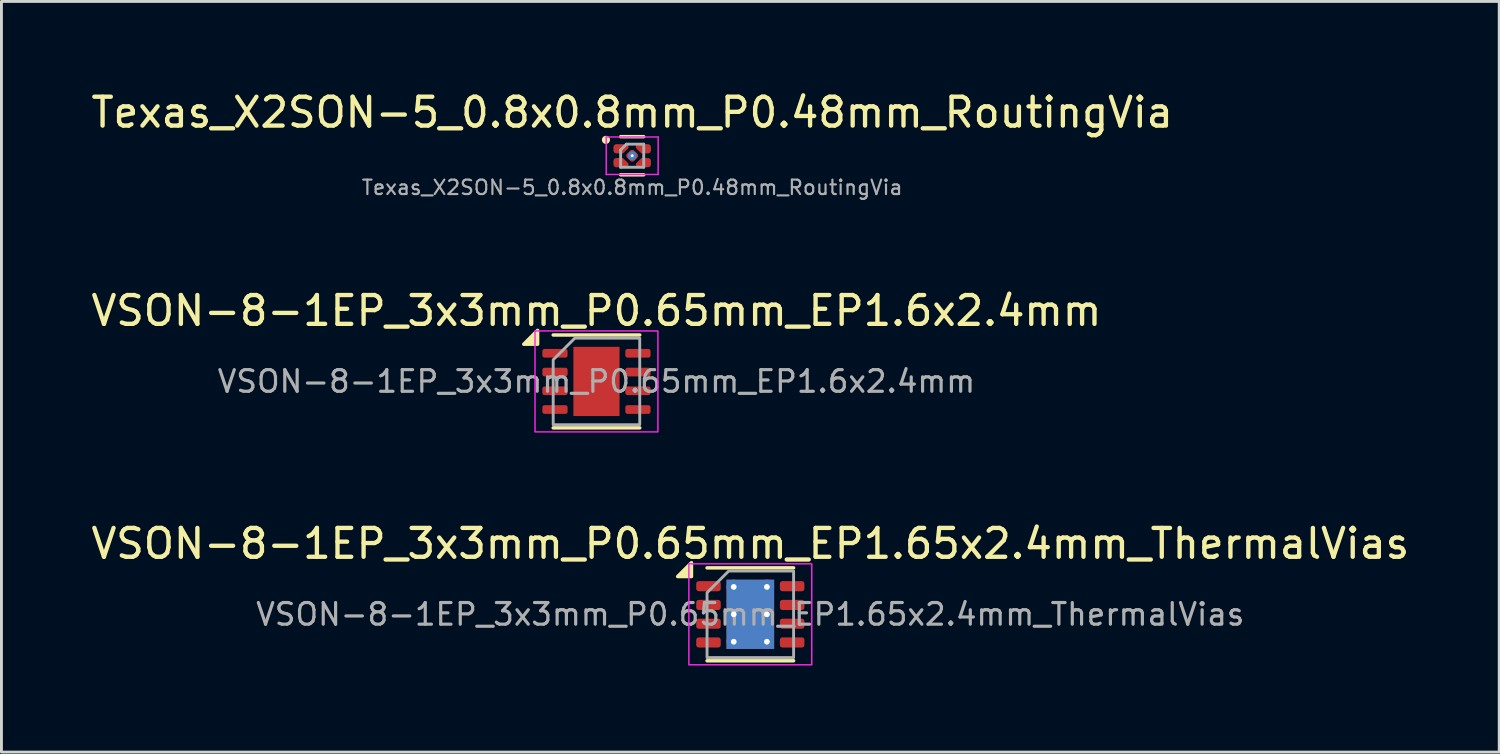
<source format=kicad_pcb>
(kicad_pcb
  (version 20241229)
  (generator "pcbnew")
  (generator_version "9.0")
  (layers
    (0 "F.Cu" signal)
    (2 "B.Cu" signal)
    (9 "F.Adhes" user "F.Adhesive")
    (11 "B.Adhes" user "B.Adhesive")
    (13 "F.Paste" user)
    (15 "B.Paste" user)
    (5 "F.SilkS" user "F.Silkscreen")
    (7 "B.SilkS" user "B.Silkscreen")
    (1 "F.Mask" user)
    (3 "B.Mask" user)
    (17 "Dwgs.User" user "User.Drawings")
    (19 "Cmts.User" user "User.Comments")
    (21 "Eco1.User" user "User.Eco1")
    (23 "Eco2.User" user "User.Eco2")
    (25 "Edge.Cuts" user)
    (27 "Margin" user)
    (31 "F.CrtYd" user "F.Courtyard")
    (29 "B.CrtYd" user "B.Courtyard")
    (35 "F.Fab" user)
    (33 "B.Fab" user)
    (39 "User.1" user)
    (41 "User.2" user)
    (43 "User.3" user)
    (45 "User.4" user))
  (footprint "VSON-8-1EP_3x3mm_P0.65mm_EP1.65x2.4mm_ThermalVias"
    (layer "F.Cu")
    (at 22.958 18.244)
    (property "Reference" "VSON-8-1EP_3x3mm_P0.65mm_EP1.65x2.4mm_ThermalVias" (at 0 -2.45 0) (layer "F.SilkS") (effects (font (size 1 1) (thickness 0.15))))
    (attr smd)
    (fp_line (start -1.5 -1.61) (end 1.5 -1.61) (stroke (width 0.12) (type solid)) (layer "F.SilkS"))
    (fp_line (start -1.5 1.61) (end 1.5 1.61) (stroke (width 0.12) (type solid)) (layer "F.SilkS"))
    (fp_poly (pts (xy -2.04 -1.31) (xy -2.52 -1.31) (xy -2.04 -1.79)) (stroke (width 0.12) (type solid)) (fill yes) (layer "F.SilkS"))
    (fp_rect (start -2.13 -1.75) (end 2.13 1.75) (stroke (width 0.05) (type solid)) (fill no) (layer "F.CrtYd"))
    (fp_poly (pts (xy -1.5 -0.75) (xy -1.5 1.5) (xy 1.5 1.5) (xy 1.5 -1.5) (xy -0.75 -1.5)) (stroke (width 0.1) (type solid)) (fill no) (layer "F.Fab"))
    (fp_text user "${REFERENCE}" (at 0 0 0) (layer "F.Fab") (effects (font (size 0.75 0.75) (thickness 0.11))))
    (pad "1" smd roundrect (at -1.45 -0.975) (size 0.85 0.35) (layers "F.Cu" "F.Mask" "F.Paste") (roundrect_rratio 0.25))
    (pad "2" smd roundrect (at -1.45 -0.325) (size 0.85 0.35) (layers "F.Cu" "F.Mask" "F.Paste") (roundrect_rratio 0.25))
    (pad "3" smd roundrect (at -1.45 0.325) (size 0.85 0.35) (layers "F.Cu" "F.Mask" "F.Paste") (roundrect_rratio 0.25))
    (pad "4" smd roundrect (at -1.45 0.975) (size 0.85 0.35) (layers "F.Cu" "F.Mask" "F.Paste") (roundrect_rratio 0.25))
    (pad "5" smd roundrect (at 1.45 0.975) (size 0.85 0.35) (layers "F.Cu" "F.Mask" "F.Paste") (roundrect_rratio 0.25))
    (pad "6" smd roundrect (at 1.45 0.325) (size 0.85 0.35) (layers "F.Cu" "F.Mask" "F.Paste") (roundrect_rratio 0.25))
    (pad "7" smd roundrect (at 1.45 -0.325) (size 0.85 0.35) (layers "F.Cu" "F.Mask" "F.Paste") (roundrect_rratio 0.25))
    (pad "8" smd roundrect (at 1.45 -0.975) (size 0.85 0.35) (layers "F.Cu" "F.Mask" "F.Paste") (roundrect_rratio 0.25))
    (pad "9" thru_hole circle (at -0.575 -0.95) (size 0.5 0.5) (drill 0.2) (property pad_prop_heatsink) (layers "*.Cu"))
    (pad "9" thru_hole circle (at -0.575 0) (size 0.5 0.5) (drill 0.2) (property pad_prop_heatsink) (layers "*.Cu"))
    (pad "9" thru_hole circle (at -0.575 0.95) (size 0.5 0.5) (drill 0.2) (property pad_prop_heatsink) (layers "*.Cu"))
    (pad "9" smd rect (at 0 0) (size 1.65 2.4) (property pad_prop_heatsink) (layers "F.Cu" "F.Mask"))
    (pad "9" smd rect (at 0 0) (size 1.65 2.4) (property pad_prop_heatsink) (layers "B.Cu"))
    (pad "9" thru_hole circle (at 0.575 -0.95) (size 0.5 0.5) (drill 0.2) (property pad_prop_heatsink) (layers "*.Cu"))
    (pad "9" thru_hole circle (at 0.575 0) (size 0.5 0.5) (drill 0.2) (property pad_prop_heatsink) (layers "*.Cu"))
    (pad "9" thru_hole circle (at 0.575 0.95) (size 0.5 0.5) (drill 0.2) (property pad_prop_heatsink) (layers "*.Cu")))
  (footprint "VSON-8-1EP_3x3mm_P0.65mm_EP1.6x2.4mm"
    (layer "F.Cu")
    (at 17.625 10.171)
    (property "Reference" "VSON-8-1EP_3x3mm_P0.65mm_EP1.6x2.4mm" (at 0 -2.45 0) (layer "F.SilkS") (effects (font (size 1 1) (thickness 0.15))))
    (attr smd)
    (fp_line (start -1.5 -1.61) (end 1.5 -1.61) (stroke (width 0.12) (type solid)) (layer "F.SilkS"))
    (fp_line (start -1.5 1.61) (end 1.5 1.61) (stroke (width 0.12) (type solid)) (layer "F.SilkS"))
    (fp_poly (pts (xy -2.04 -1.29) (xy -2.52 -1.29) (xy -2.04 -1.77)) (stroke (width 0.12) (type solid)) (fill yes) (layer "F.SilkS"))
    (fp_rect (start -2.13 -1.75) (end 2.13 1.75) (stroke (width 0.05) (type solid)) (fill no) (layer "F.CrtYd"))
    (fp_poly (pts (xy -1.5 -0.75) (xy -1.5 1.5) (xy 1.5 1.5) (xy 1.5 -1.5) (xy -0.75 -1.5)) (stroke (width 0.1) (type solid)) (fill no) (layer "F.Fab"))
    (fp_text user "${REFERENCE}" (at 0 0 0) (layer "F.Fab") (effects (font (size 0.75 0.75) (thickness 0.11))))
    (pad "" smd roundrect (at 0 0) (size 1.29 1.93) (layers "F.Paste") (roundrect_rratio 0.194))
    (pad "1" smd roundrect (at -1.438 -0.975) (size 0.875 0.3) (layers "F.Cu" "F.Mask" "F.Paste") (roundrect_rratio 0.25))
    (pad "2" smd roundrect (at -1.438 -0.325) (size 0.875 0.3) (layers "F.Cu" "F.Mask" "F.Paste") (roundrect_rratio 0.25))
    (pad "3" smd roundrect (at -1.438 0.325) (size 0.875 0.3) (layers "F.Cu" "F.Mask" "F.Paste") (roundrect_rratio 0.25))
    (pad "4" smd roundrect (at -1.438 0.975) (size 0.875 0.3) (layers "F.Cu" "F.Mask" "F.Paste") (roundrect_rratio 0.25))
    (pad "5" smd roundrect (at 1.438 0.975) (size 0.875 0.3) (layers "F.Cu" "F.Mask" "F.Paste") (roundrect_rratio 0.25))
    (pad "6" smd roundrect (at 1.438 0.325) (size 0.875 0.3) (layers "F.Cu" "F.Mask" "F.Paste") (roundrect_rratio 0.25))
    (pad "7" smd roundrect (at 1.438 -0.325) (size 0.875 0.3) (layers "F.Cu" "F.Mask" "F.Paste") (roundrect_rratio 0.25))
    (pad "8" smd roundrect (at 1.438 -0.975) (size 0.875 0.3) (layers "F.Cu" "F.Mask" "F.Paste") (roundrect_rratio 0.25))
    (pad "9" smd rect (at 0 0) (size 1.6 2.4) (property pad_prop_heatsink) (layers "F.Cu" "F.Mask")))
  (footprint "Texas_X2SON-5_0.8x0.8mm_P0.48mm_RoutingVia"
    (layer "F.Cu")
    (at 18.863 2.348)
    (property "Reference" "Texas_X2SON-5_0.8x0.8mm_P0.48mm_RoutingVia" (at 0 -1.5 0) (layer "F.SilkS") (effects (font (size 1 1) (thickness 0.15))))
    (attr smd)
    (fp_line (start -0.4 -0.66) (end 0.4 -0.66) (stroke (width 0.12) (type solid)) (layer "F.SilkS"))
    (fp_line (start -0.4 0.66) (end 0.4 0.66) (stroke (width 0.12) (type solid)) (layer "F.SilkS"))
    (fp_circle (center -0.91 -0.55) (end -0.77 -0.56) (stroke (width 0) (type solid)) (fill yes) (layer "F.SilkS"))
    (fp_line (start -0.9 -0.65) (end 0.9 -0.65) (stroke (width 0.05) (type solid)) (layer "F.CrtYd"))
    (fp_line (start -0.9 0.65) (end -0.9 -0.65) (stroke (width 0.05) (type solid)) (layer "F.CrtYd"))
    (fp_line (start 0.9 -0.65) (end 0.9 0.65) (stroke (width 0.05) (type solid)) (layer "F.CrtYd"))
    (fp_line (start 0.9 0.65) (end -0.9 0.65) (stroke (width 0.05) (type solid)) (layer "F.CrtYd"))
    (fp_line (start -0.4 -0.2) (end -0.2 -0.4) (stroke (width 0.1) (type solid)) (layer "F.Fab"))
    (fp_line (start -0.4 0.4) (end -0.4 -0.2) (stroke (width 0.1) (type solid)) (layer "F.Fab"))
    (fp_line (start -0.2 -0.4) (end 0.4 -0.4) (stroke (width 0.1) (type solid)) (layer "F.Fab"))
    (fp_line (start 0.4 -0.4) (end 0.4 0.4) (stroke (width 0.1) (type solid)) (layer "F.Fab"))
    (fp_line (start 0.4 0.4) (end -0.4 0.4) (stroke (width 0.1) (type solid)) (layer "F.Fab"))
    (fp_text user "${REFERENCE}" (at 0 1.1 0) (unlocked yes) (layer "F.Fab") (effects (font (size 0.5 0.5) (thickness 0.075))))
    (pad "" smd custom (at -0.39 -0.24) (size 0.15 0.15) (layers "F.Mask" "F.Paste") (options (anchor circle)) (primitives (gr_poly (pts (xy 0.05 0.11) (xy 0.21 -0.05) (xy 0.21 -0.11) (xy -0.16 -0.11) (xy -0.195 -0.095) (xy -0.21 -0.06) (xy -0.21 0.06) (xy -0.195 0.095) (xy -0.16 0.11)) (width 0) (fill yes))))
    (pad "" smd custom (at -0.39 0.24) (size 0.05 0.05) (layers "F.Mask" "F.Paste") (options (anchor circle)) (primitives (gr_poly (pts (xy -0.16 -0.11) (xy 0.05 -0.11) (xy 0.21 0.05) (xy 0.21 0.11) (xy -0.16 0.11) (xy -0.195 0.095) (xy -0.21 0.06) (xy -0.21 -0.06) (xy -0.195 -0.095)) (width 0) (fill yes))))
    (pad "" smd custom (at 0.39 -0.24) (size 0.05 0.05) (layers "F.Mask" "F.Paste") (options (anchor circle)) (primitives (gr_poly (pts (xy 0.16 0.11) (xy -0.05 0.11) (xy -0.21 -0.05) (xy -0.21 -0.11) (xy 0.16 -0.11) (xy 0.195 -0.095) (xy 0.21 -0.06) (xy 0.21 0.06) (xy 0.195 0.095)) (width 0) (fill yes))))
    (pad "" smd custom (at 0.39 0.24) (size 0.15 0.15) (layers "F.Paste") (options (anchor circle)) (primitives (gr_poly (pts (xy -0.05 -0.11) (xy -0.21 0.05) (xy -0.21 0.11) (xy 0.16 0.11) (xy 0.195 0.095) (xy 0.21 0.06) (xy 0.21 -0.06) (xy 0.195 -0.095) (xy 0.16 -0.11)) (width 0) (fill yes))))
    (pad "1" smd custom (at -0.39 -0.24) (size 0.15 0.15) (layers "F.Cu" "F.Mask") (options (anchor circle)) (primitives (gr_poly (pts (xy 0.071 0.16) (xy 0.26 -0.029) (xy 0.26 -0.16) (xy -0.16 -0.16) (xy -0.21 -0.147) (xy -0.247 -0.11) (xy -0.26 -0.06) (xy -0.26 0.06) (xy -0.247 0.11) (xy -0.21 0.147) (xy -0.16 0.16)) (width 0) (fill yes))))
    (pad "2" smd custom (at -0.39 0.24) (size 0.05 0.05) (layers "F.Cu" "F.Mask") (options (anchor circle)) (primitives (gr_poly (pts (xy -0.21 -0.147) (xy -0.16 -0.16) (xy 0.071 -0.16) (xy 0.26 0.029) (xy 0.26 0.16) (xy -0.16 0.16) (xy -0.21 0.147) (xy -0.247 0.11) (xy -0.26 0.06) (xy -0.26 -0.06) (xy -0.247 -0.11)) (width 0) (fill yes))))
    (pad "3" thru_hole circle (at 0 0) (size 0.305 0.305) (drill 0.102) (layers "*.Cu" "*.Mask"))
    (pad "3" smd roundrect (at 0 0 45) (size 0.35 0.35) (layers "F.Cu" "F.Mask" "F.Paste") (roundrect_rratio 0.286))
    (pad "4" smd custom (at 0.39 0.24) (size 0.15 0.15) (layers "F.Cu" "F.Mask") (options (anchor circle)) (primitives (gr_poly (pts (xy -0.071 -0.16) (xy -0.26 0.029) (xy -0.26 0.16) (xy 0.16 0.16) (xy 0.21 0.147) (xy 0.247 0.11) (xy 0.26 0.06) (xy 0.26 -0.06) (xy 0.247 -0.11) (xy 0.21 -0.147) (xy 0.16 -0.16)) (width 0) (fill yes))))
    (pad "5" smd custom (at 0.39 -0.24) (size 0.05 0.05) (layers "F.Cu" "F.Mask") (options (anchor circle)) (primitives (gr_poly (pts (xy 0.21 0.147) (xy 0.16 0.16) (xy -0.071 0.16) (xy -0.26 -0.029) (xy -0.26 -0.16) (xy 0.16 -0.16) (xy 0.21 -0.147) (xy 0.247 -0.11) (xy 0.26 -0.06) (xy 0.26 0.06) (xy 0.247 0.11)) (width 0) (fill yes)))))
  (gr_rect
    (start -3 -3)
    (end 48.917 23.019)
    (stroke (width 0.1) (type default))
    (fill no)
    (layer "Edge.Cuts")))
</source>
